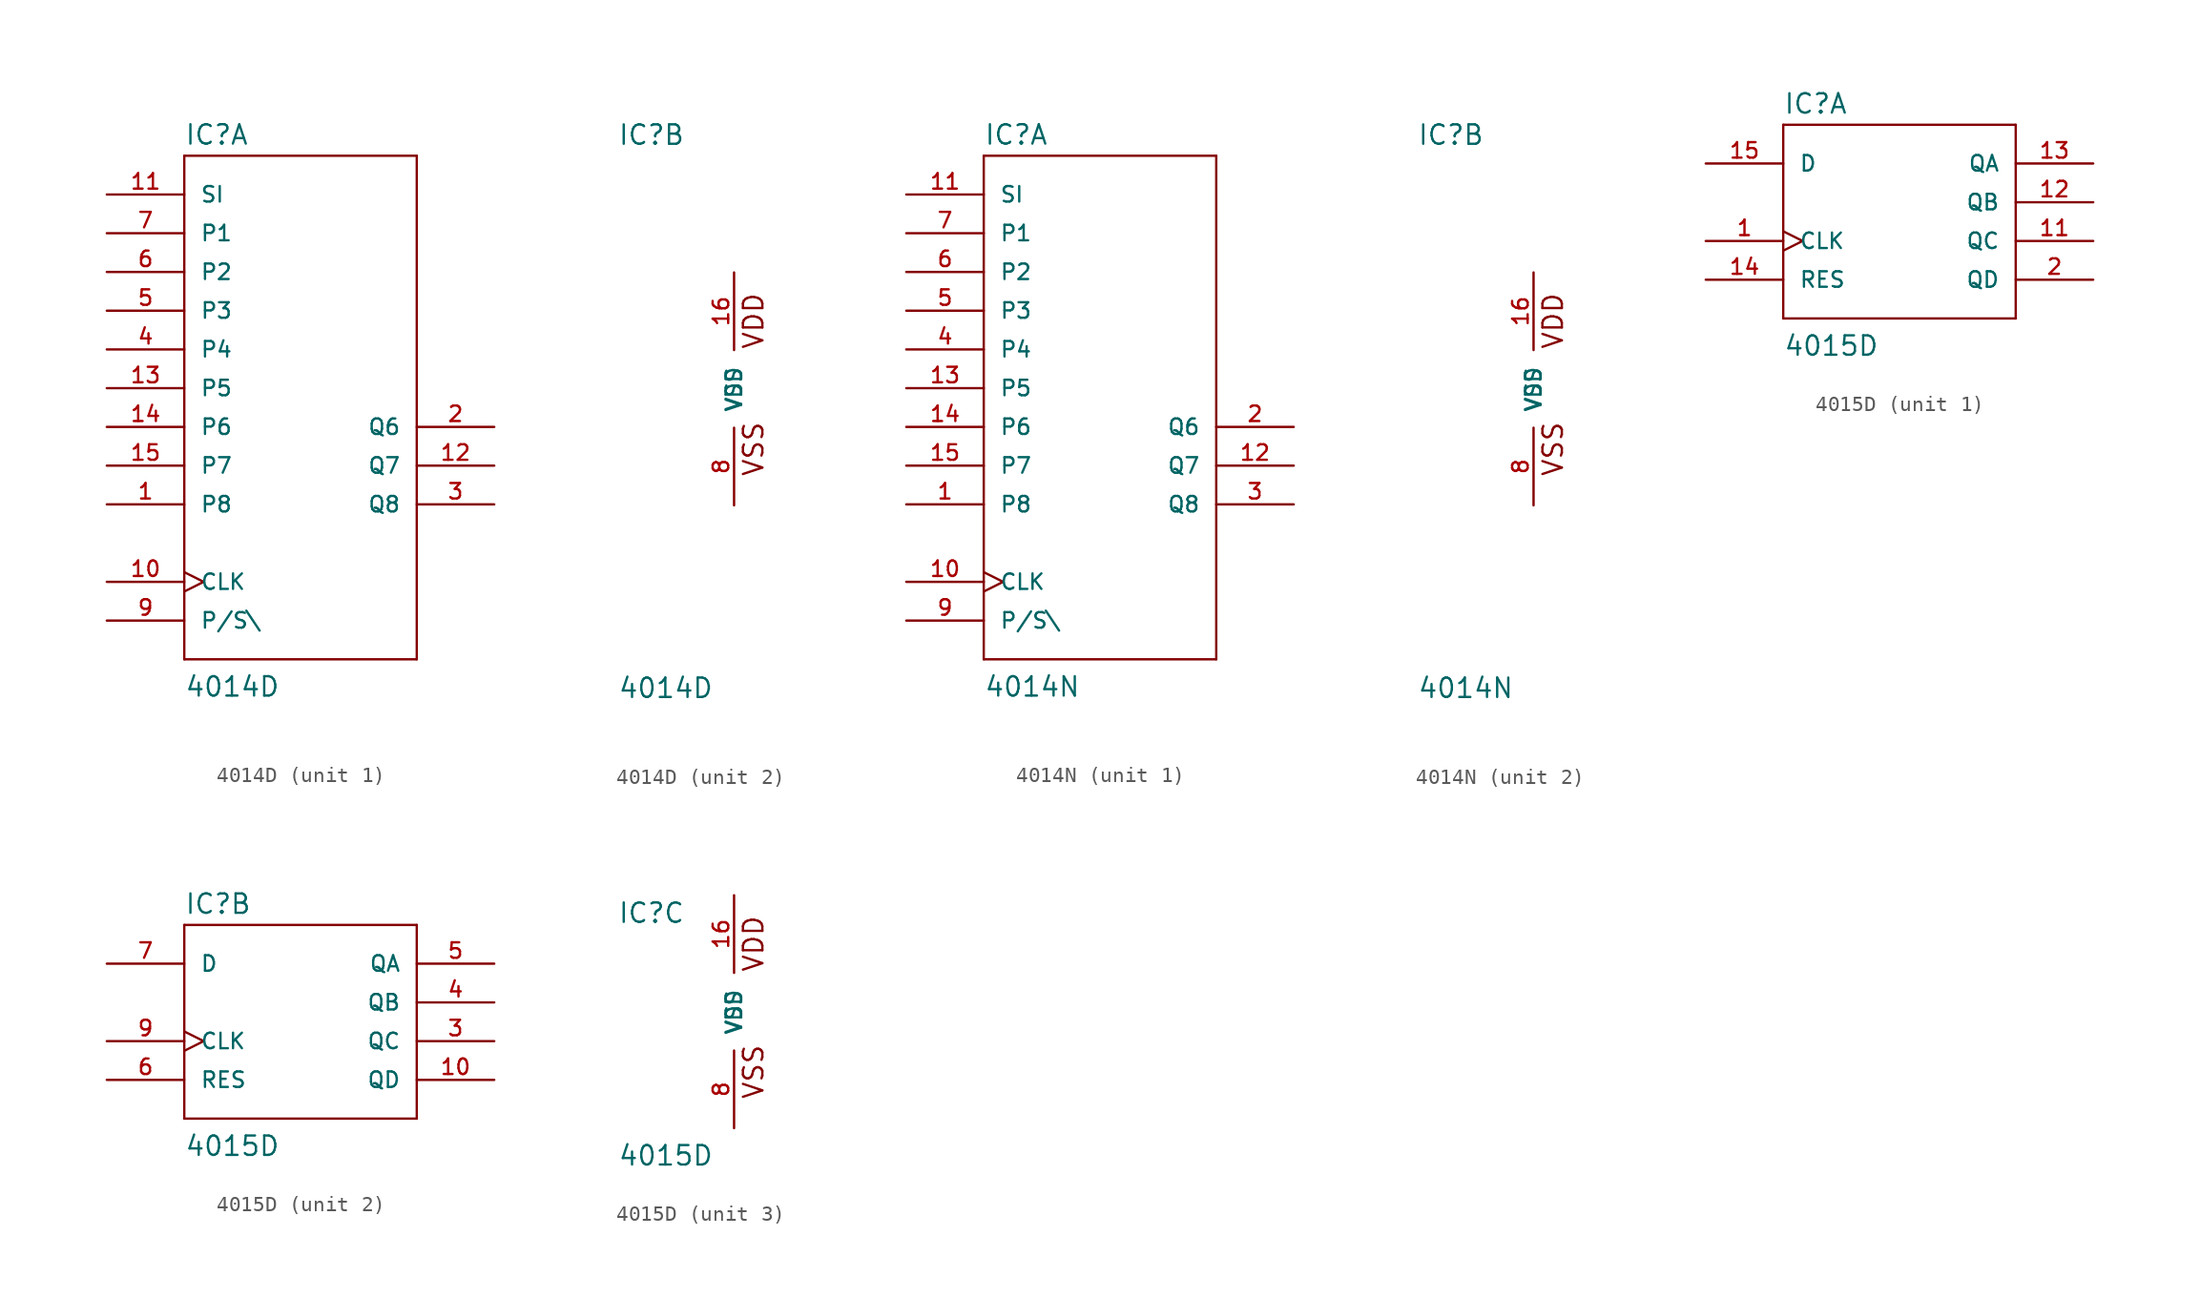
<source format=kicad_sym>
(kicad_symbol_lib
  (version 20211014)
  (generator kicad_symbol_editor)
  (symbol "4014D"
    (pin_names
      (offset 1.016))
    (property "Reference" "IC"
      (at -7.62 15.875 0)
      (effects (font (size 1.27 1.27)) (justify left bottom)))
    (property "Value" "4014D"
      (at -7.62 -20.32 0)
      (effects (font (size 1.27 1.27)) (justify left bottom)))
    (property "ki_locked" ""
      (at 0 0 0)
      (effects (font (size 1.27 1.27))))
    (symbol "4014D_1_0"
      (polyline (pts (xy -7.62 -17.78) (xy 7.62 -17.78)) (stroke (width 0) (type default) (color 0 0 0 0)) (fill (type none)))
      (polyline (pts (xy -7.62 15.24) (xy -7.62 -17.78)) (stroke (width 0) (type default) (color 0 0 0 0)) (fill (type none)))
      (polyline (pts (xy 7.62 -17.78) (xy 7.62 15.24)) (stroke (width 0) (type default) (color 0 0 0 0)) (fill (type none)))
      (polyline (pts (xy 7.62 15.24) (xy -7.62 15.24)) (stroke (width 0) (type default) (color 0 0 0 0)) (fill (type none))))
    (symbol "4014D_1_1"
      (pin input line (at -12.7 -7.62 0) (length 5.08) (name "P8" (effects (font (size 1.016 1.016)))) (number "1" (effects (font (size 1.016 1.016)))))
      (pin input clock (at -12.7 -12.7 0) (length 5.08) (name "CLK" (effects (font (size 1.016 1.016)))) (number "10" (effects (font (size 1.016 1.016)))))
      (pin input line (at -12.7 12.7 0) (length 5.08) (name "SI" (effects (font (size 1.016 1.016)))) (number "11" (effects (font (size 1.016 1.016)))))
      (pin output line (at 12.7 -5.08 180) (length 5.08) (name "Q7" (effects (font (size 1.016 1.016)))) (number "12" (effects (font (size 1.016 1.016)))))
      (pin input line (at -12.7 0 0) (length 5.08) (name "P5" (effects (font (size 1.016 1.016)))) (number "13" (effects (font (size 1.016 1.016)))))
      (pin input line (at -12.7 -2.54 0) (length 5.08) (name "P6" (effects (font (size 1.016 1.016)))) (number "14" (effects (font (size 1.016 1.016)))))
      (pin input line (at -12.7 -5.08 0) (length 5.08) (name "P7" (effects (font (size 1.016 1.016)))) (number "15" (effects (font (size 1.016 1.016)))))
      (pin output line (at 12.7 -2.54 180) (length 5.08) (name "Q6" (effects (font (size 1.016 1.016)))) (number "2" (effects (font (size 1.016 1.016)))))
      (pin output line (at 12.7 -7.62 180) (length 5.08) (name "Q8" (effects (font (size 1.016 1.016)))) (number "3" (effects (font (size 1.016 1.016)))))
      (pin input line (at -12.7 2.54 0) (length 5.08) (name "P4" (effects (font (size 1.016 1.016)))) (number "4" (effects (font (size 1.016 1.016)))))
      (pin input line (at -12.7 5.08 0) (length 5.08) (name "P3" (effects (font (size 1.016 1.016)))) (number "5" (effects (font (size 1.016 1.016)))))
      (pin input line (at -12.7 7.62 0) (length 5.08) (name "P2" (effects (font (size 1.016 1.016)))) (number "6" (effects (font (size 1.016 1.016)))))
      (pin input line (at -12.7 10.16 0) (length 5.08) (name "P1" (effects (font (size 1.016 1.016)))) (number "7" (effects (font (size 1.016 1.016)))))
      (pin input line (at -12.7 -15.24 0) (length 5.08) (name "P/S\\" (effects (font (size 1.016 1.016)))) (number "9" (effects (font (size 1.016 1.016))))))
    (symbol "4014D_2_0"
      (text "VDD" (at 1.27 4.445 1) (effects (font (size 1.27 1.27))))
      (text "VSS" (at 1.27 -3.937 1) (effects (font (size 1.27 1.27)))))
    (symbol "4014D_2_1"
      (pin power_in line (at 0 7.62 270) (length 5.08) (name "VDD" (effects (font (size 1.016 1.016)))) (number "16" (effects (font (size 1.016 1.016)))))
      (pin power_in line (at 0 -7.62 90) (length 5.08) (name "VSS" (effects (font (size 1.016 1.016)))) (number "8" (effects (font (size 1.016 1.016)))))))
  (symbol "4014N"
    (pin_names
      (offset 1.016))
    (property "Reference" "IC"
      (at -7.62 15.875 0)
      (effects (font (size 1.27 1.27)) (justify left bottom)))
    (property "Value" "4014N"
      (at -7.62 -20.32 0)
      (effects (font (size 1.27 1.27)) (justify left bottom)))
    (property "ki_locked" ""
      (at 0 0 0)
      (effects (font (size 1.27 1.27))))
    (symbol "4014N_1_0"
      (polyline (pts (xy -7.62 -17.78) (xy 7.62 -17.78)) (stroke (width 0) (type default) (color 0 0 0 0)) (fill (type none)))
      (polyline (pts (xy -7.62 15.24) (xy -7.62 -17.78)) (stroke (width 0) (type default) (color 0 0 0 0)) (fill (type none)))
      (polyline (pts (xy 7.62 -17.78) (xy 7.62 15.24)) (stroke (width 0) (type default) (color 0 0 0 0)) (fill (type none)))
      (polyline (pts (xy 7.62 15.24) (xy -7.62 15.24)) (stroke (width 0) (type default) (color 0 0 0 0)) (fill (type none))))
    (symbol "4014N_1_1"
      (pin input line (at -12.7 -7.62 0) (length 5.08) (name "P8" (effects (font (size 1.016 1.016)))) (number "1" (effects (font (size 1.016 1.016)))))
      (pin input clock (at -12.7 -12.7 0) (length 5.08) (name "CLK" (effects (font (size 1.016 1.016)))) (number "10" (effects (font (size 1.016 1.016)))))
      (pin input line (at -12.7 12.7 0) (length 5.08) (name "SI" (effects (font (size 1.016 1.016)))) (number "11" (effects (font (size 1.016 1.016)))))
      (pin output line (at 12.7 -5.08 180) (length 5.08) (name "Q7" (effects (font (size 1.016 1.016)))) (number "12" (effects (font (size 1.016 1.016)))))
      (pin input line (at -12.7 0 0) (length 5.08) (name "P5" (effects (font (size 1.016 1.016)))) (number "13" (effects (font (size 1.016 1.016)))))
      (pin input line (at -12.7 -2.54 0) (length 5.08) (name "P6" (effects (font (size 1.016 1.016)))) (number "14" (effects (font (size 1.016 1.016)))))
      (pin input line (at -12.7 -5.08 0) (length 5.08) (name "P7" (effects (font (size 1.016 1.016)))) (number "15" (effects (font (size 1.016 1.016)))))
      (pin output line (at 12.7 -2.54 180) (length 5.08) (name "Q6" (effects (font (size 1.016 1.016)))) (number "2" (effects (font (size 1.016 1.016)))))
      (pin output line (at 12.7 -7.62 180) (length 5.08) (name "Q8" (effects (font (size 1.016 1.016)))) (number "3" (effects (font (size 1.016 1.016)))))
      (pin input line (at -12.7 2.54 0) (length 5.08) (name "P4" (effects (font (size 1.016 1.016)))) (number "4" (effects (font (size 1.016 1.016)))))
      (pin input line (at -12.7 5.08 0) (length 5.08) (name "P3" (effects (font (size 1.016 1.016)))) (number "5" (effects (font (size 1.016 1.016)))))
      (pin input line (at -12.7 7.62 0) (length 5.08) (name "P2" (effects (font (size 1.016 1.016)))) (number "6" (effects (font (size 1.016 1.016)))))
      (pin input line (at -12.7 10.16 0) (length 5.08) (name "P1" (effects (font (size 1.016 1.016)))) (number "7" (effects (font (size 1.016 1.016)))))
      (pin input line (at -12.7 -15.24 0) (length 5.08) (name "P/S\\" (effects (font (size 1.016 1.016)))) (number "9" (effects (font (size 1.016 1.016))))))
    (symbol "4014N_2_0"
      (text "VDD" (at 1.27 4.445 1) (effects (font (size 1.27 1.27))))
      (text "VSS" (at 1.27 -3.937 1) (effects (font (size 1.27 1.27)))))
    (symbol "4014N_2_1"
      (pin power_in line (at 0 7.62 270) (length 5.08) (name "VDD" (effects (font (size 1.016 1.016)))) (number "16" (effects (font (size 1.016 1.016)))))
      (pin power_in line (at 0 -7.62 90) (length 5.08) (name "VSS" (effects (font (size 1.016 1.016)))) (number "8" (effects (font (size 1.016 1.016)))))))
  (symbol "4015D"
    (pin_names
      (offset 1.016))
    (property "Reference" "IC"
      (at -7.62 5.715 0)
      (effects (font (size 1.27 1.27)) (justify left bottom)))
    (property "Value" "4015D"
      (at -7.62 -10.16 0)
      (effects (font (size 1.27 1.27)) (justify left bottom)))
    (property "ki_locked" ""
      (at 0 0 0)
      (effects (font (size 1.27 1.27))))
    (symbol "4015D_1_0"
      (polyline (pts (xy -7.62 -7.62) (xy 7.62 -7.62)) (stroke (width 0) (type default) (color 0 0 0 0)) (fill (type none)))
      (polyline (pts (xy -7.62 5.08) (xy -7.62 -7.62)) (stroke (width 0) (type default) (color 0 0 0 0)) (fill (type none)))
      (polyline (pts (xy 7.62 -7.62) (xy 7.62 5.08)) (stroke (width 0) (type default) (color 0 0 0 0)) (fill (type none)))
      (polyline (pts (xy 7.62 5.08) (xy -7.62 5.08)) (stroke (width 0) (type default) (color 0 0 0 0)) (fill (type none))))
    (symbol "4015D_1_1"
      (pin input clock (at -12.7 -2.54 0) (length 5.08) (name "CLK" (effects (font (size 1.016 1.016)))) (number "1" (effects (font (size 1.016 1.016)))))
      (pin output line (at 12.7 -2.54 180) (length 5.08) (name "QC" (effects (font (size 1.016 1.016)))) (number "11" (effects (font (size 1.016 1.016)))))
      (pin output line (at 12.7 0 180) (length 5.08) (name "QB" (effects (font (size 1.016 1.016)))) (number "12" (effects (font (size 1.016 1.016)))))
      (pin output line (at 12.7 2.54 180) (length 5.08) (name "QA" (effects (font (size 1.016 1.016)))) (number "13" (effects (font (size 1.016 1.016)))))
      (pin input line (at -12.7 -5.08 0) (length 5.08) (name "RES" (effects (font (size 1.016 1.016)))) (number "14" (effects (font (size 1.016 1.016)))))
      (pin input line (at -12.7 2.54 0) (length 5.08) (name "D" (effects (font (size 1.016 1.016)))) (number "15" (effects (font (size 1.016 1.016)))))
      (pin output line (at 12.7 -5.08 180) (length 5.08) (name "QD" (effects (font (size 1.016 1.016)))) (number "2" (effects (font (size 1.016 1.016))))))
    (symbol "4015D_2_0"
      (polyline (pts (xy -7.62 -7.62) (xy 7.62 -7.62)) (stroke (width 0) (type default) (color 0 0 0 0)) (fill (type none)))
      (polyline (pts (xy -7.62 5.08) (xy -7.62 -7.62)) (stroke (width 0) (type default) (color 0 0 0 0)) (fill (type none)))
      (polyline (pts (xy 7.62 -7.62) (xy 7.62 5.08)) (stroke (width 0) (type default) (color 0 0 0 0)) (fill (type none)))
      (polyline (pts (xy 7.62 5.08) (xy -7.62 5.08)) (stroke (width 0) (type default) (color 0 0 0 0)) (fill (type none))))
    (symbol "4015D_2_1"
      (pin output line (at 12.7 -5.08 180) (length 5.08) (name "QD" (effects (font (size 1.016 1.016)))) (number "10" (effects (font (size 1.016 1.016)))))
      (pin output line (at 12.7 -2.54 180) (length 5.08) (name "QC" (effects (font (size 1.016 1.016)))) (number "3" (effects (font (size 1.016 1.016)))))
      (pin output line (at 12.7 0 180) (length 5.08) (name "QB" (effects (font (size 1.016 1.016)))) (number "4" (effects (font (size 1.016 1.016)))))
      (pin output line (at 12.7 2.54 180) (length 5.08) (name "QA" (effects (font (size 1.016 1.016)))) (number "5" (effects (font (size 1.016 1.016)))))
      (pin input line (at -12.7 -5.08 0) (length 5.08) (name "RES" (effects (font (size 1.016 1.016)))) (number "6" (effects (font (size 1.016 1.016)))))
      (pin input line (at -12.7 2.54 0) (length 5.08) (name "D" (effects (font (size 1.016 1.016)))) (number "7" (effects (font (size 1.016 1.016)))))
      (pin input clock (at -12.7 -2.54 0) (length 5.08) (name "CLK" (effects (font (size 1.016 1.016)))) (number "9" (effects (font (size 1.016 1.016))))))
    (symbol "4015D_3_0"
      (text "VDD" (at 1.27 4.445 1) (effects (font (size 1.27 1.27))))
      (text "VSS" (at 1.27 -3.937 1) (effects (font (size 1.27 1.27)))))
    (symbol "4015D_3_1"
      (pin power_in line (at 0 7.62 270) (length 5.08) (name "VDD" (effects (font (size 1.016 1.016)))) (number "16" (effects (font (size 1.016 1.016)))))
      (pin power_in line (at 0 -7.62 90) (length 5.08) (name "VSS" (effects (font (size 1.016 1.016)))) (number "8" (effects (font (size 1.016 1.016))))))))
</source>
